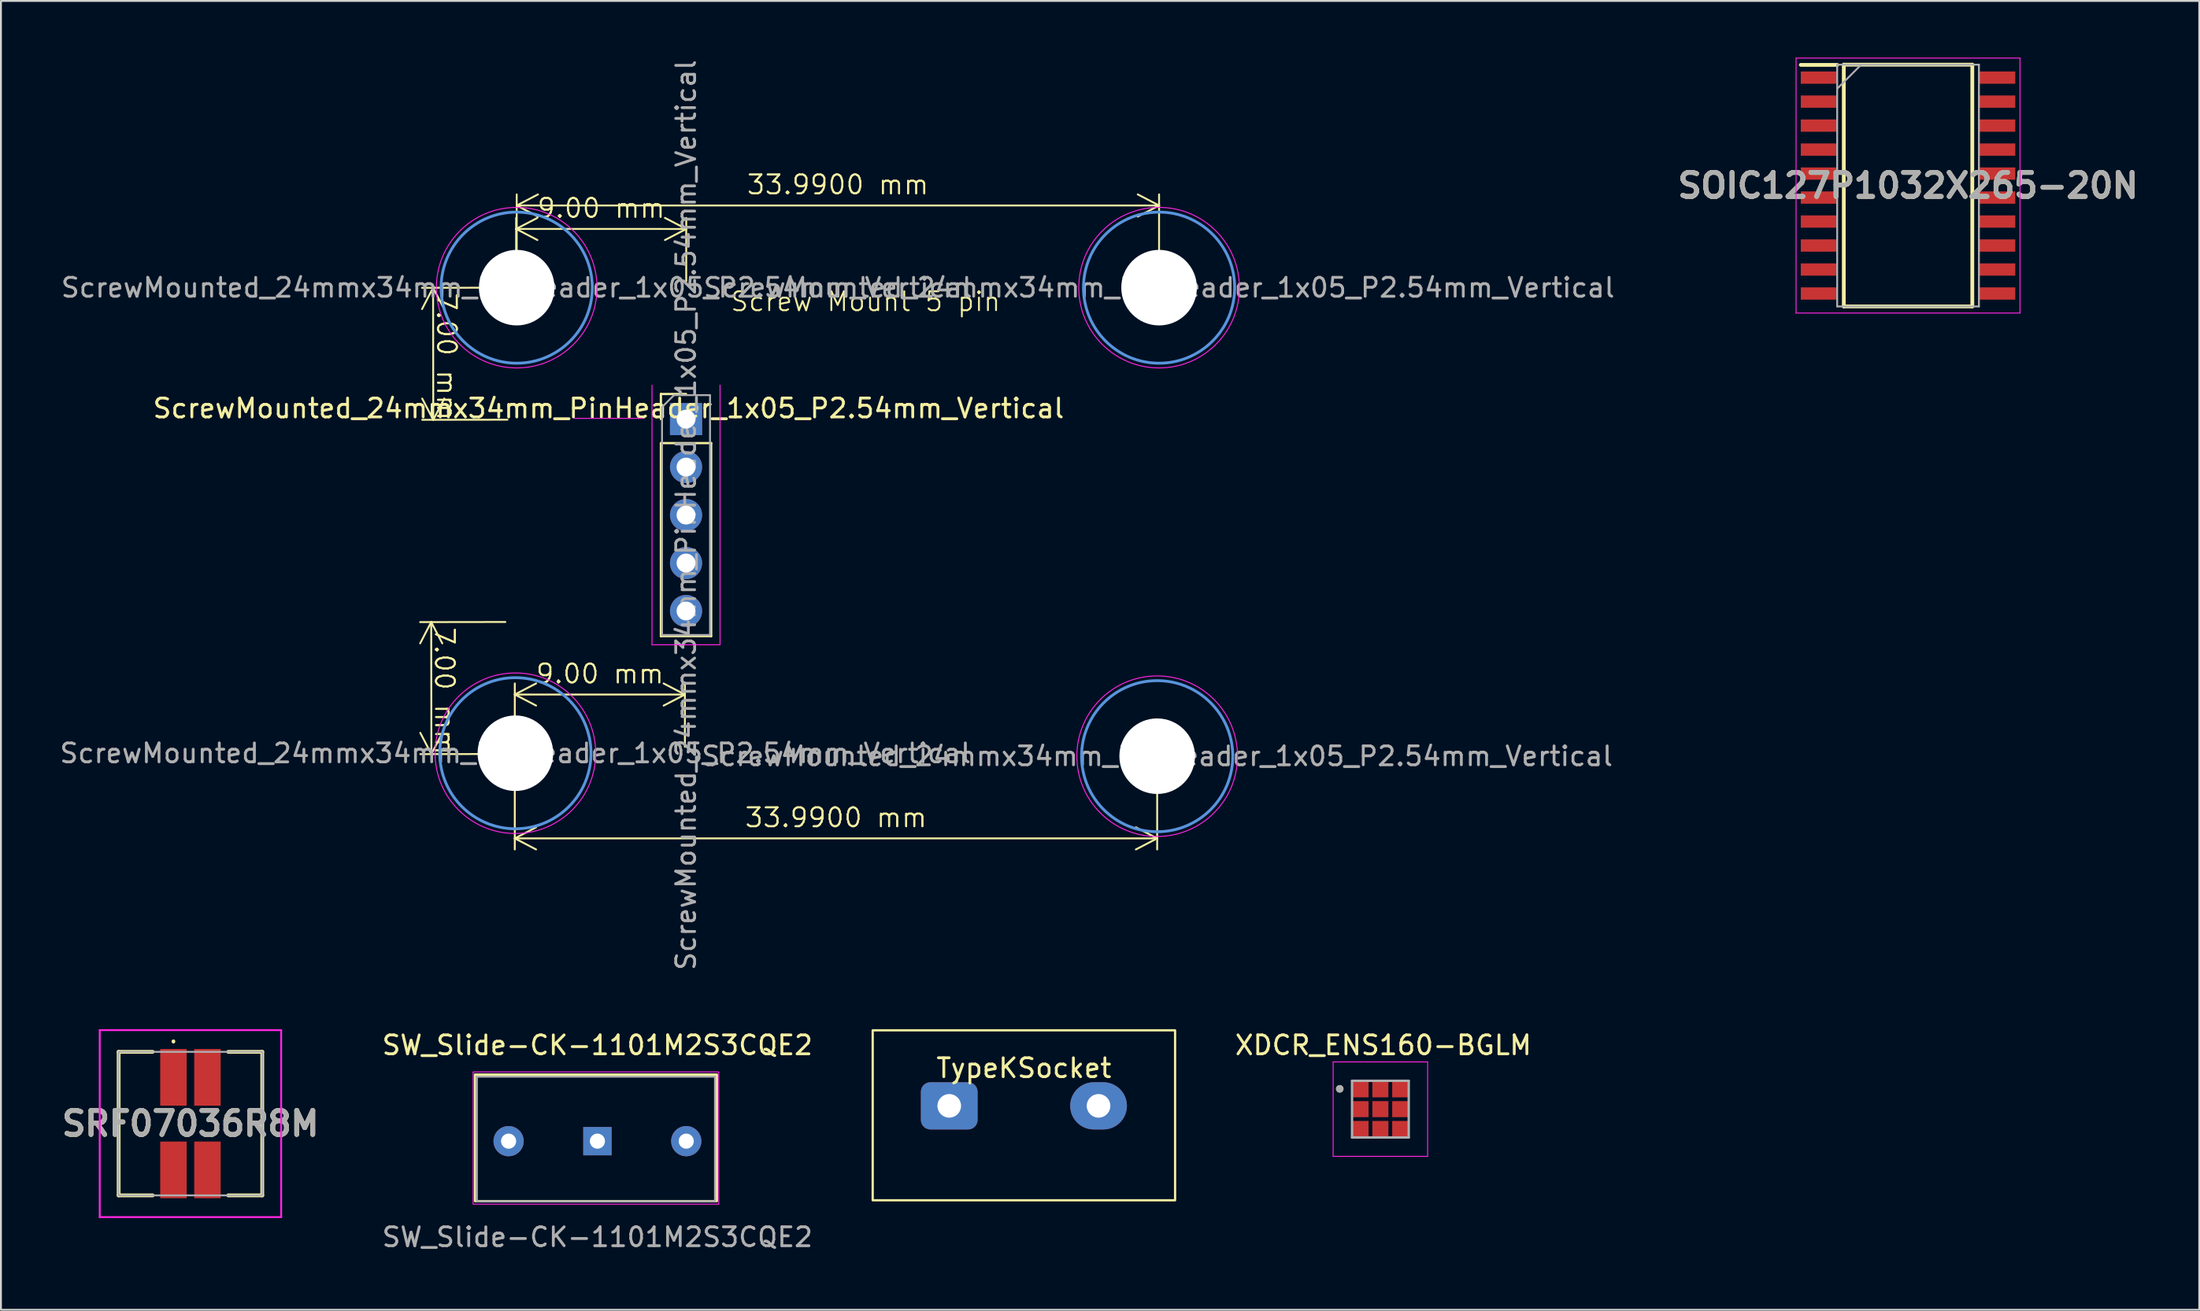
<source format=kicad_pcb>
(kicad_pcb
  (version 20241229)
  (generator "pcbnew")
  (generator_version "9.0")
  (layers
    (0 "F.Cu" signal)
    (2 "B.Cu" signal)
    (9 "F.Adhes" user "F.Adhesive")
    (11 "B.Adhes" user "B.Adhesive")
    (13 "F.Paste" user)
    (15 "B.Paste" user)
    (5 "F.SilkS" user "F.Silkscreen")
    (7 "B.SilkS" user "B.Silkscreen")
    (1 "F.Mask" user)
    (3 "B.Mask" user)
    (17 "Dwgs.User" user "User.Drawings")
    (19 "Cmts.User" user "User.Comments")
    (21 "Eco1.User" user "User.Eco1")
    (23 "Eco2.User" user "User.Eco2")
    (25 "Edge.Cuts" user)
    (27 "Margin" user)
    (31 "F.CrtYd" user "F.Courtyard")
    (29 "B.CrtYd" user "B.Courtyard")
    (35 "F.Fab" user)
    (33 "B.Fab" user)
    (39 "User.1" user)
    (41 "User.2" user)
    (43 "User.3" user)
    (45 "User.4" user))
  (footprint "SW_Slide-CK-1101M2S3CQE2"
    (layer "F.Cu")
    (at 28.561 57.369)
    (property "Reference" "SW_Slide-CK-1101M2S3CQE2" (at 0 -5.08 0) (layer "F.SilkS") (effects (font (size 1 1) (thickness 0.15))))
    (attr through_hole)
    (fp_rect (start -6.478 -3.526) (end 6.322 3.174) (stroke (width 0.12) (type default)) (fill no) (layer "F.SilkS"))
    (fp_rect (start -6.578 -3.666) (end 6.422 3.334) (stroke (width 0.05) (type default)) (fill no) (layer "F.CrtYd"))
    (fp_rect (start -6.378 -3.416) (end 6.222 3.184) (stroke (width 0.1) (type default)) (fill no) (layer "F.Fab"))
    (fp_text user "${REFERENCE}" (at 0 5.08 0) (layer "F.Fab") (effects (font (size 1 1) (thickness 0.15))))
    (pad "1" thru_hole rect (at 0 0) (size 1.5 1.5) (drill 0.8) (layers "*.Cu" "*.Mask"))
    (pad "2" thru_hole circle (at -4.7 0) (size 1.6 1.6) (drill 0.8) (layers "*.Cu" "*.Mask"))
    (pad "3" thru_hole circle (at 4.7 0) (size 1.6 1.6) (drill 0.8) (layers "*.Cu" "*.Mask")))
  (footprint "ScrewMounted_24mmx34mm_PinHeader_1x05_P2.54mm_Vertical"
    (layer "F.Cu")
    (at 33.25 19.14)
    (property "Reference" "ScrewMounted_24mmx34mm_PinHeader_1x05_P2.54mm_Vertical" (at -4.1 -0.57 0) (layer "F.SilkS") (effects (font (size 1 1) (thickness 0.15))))
    (attr through_hole)
    (fp_line (start -1.33 -1.33) (end 0 -1.33) (stroke (width 0.12) (type solid)) (layer "F.SilkS"))
    (fp_line (start -1.33 0) (end -1.33 -1.33) (stroke (width 0.12) (type solid)) (layer "F.SilkS"))
    (fp_line (start -1.33 1.27) (end -1.33 11.49) (stroke (width 0.12) (type solid)) (layer "F.SilkS"))
    (fp_line (start -1.33 1.27) (end 1.33 1.27) (stroke (width 0.12) (type solid)) (layer "F.SilkS"))
    (fp_line (start -1.33 11.49) (end 1.33 11.49) (stroke (width 0.12) (type solid)) (layer "F.SilkS"))
    (fp_line (start 1.33 1.27) (end 1.33 11.49) (stroke (width 0.12) (type solid)) (layer "F.SilkS"))
    (fp_circle (center -9.03 17.69) (end -5.03 17.69) (stroke (width 0.15) (type solid)) (fill no) (layer "Cmts.User"))
    (fp_circle (center -8.96 -6.96) (end -4.96 -6.96) (stroke (width 0.15) (type solid)) (fill no) (layer "Cmts.User"))
    (fp_circle (center 24.929 17.847) (end 28.929 17.847) (stroke (width 0.15) (type solid)) (fill no) (layer "Cmts.User"))
    (fp_circle (center 25.03 -6.96) (end 29.03 -6.96) (stroke (width 0.15) (type solid)) (fill no) (layer "Cmts.User"))
    (fp_line (start -2.3 -0.04) (end -5.9 -0.04) (stroke (width 0.05) (type solid)) (layer "F.CrtYd"))
    (fp_line (start -1.8 -1.8) (end -1.8 11.95) (stroke (width 0.05) (type solid)) (layer "F.CrtYd"))
    (fp_line (start -1.8 11.95) (end 1.8 11.95) (stroke (width 0.05) (type solid)) (layer "F.CrtYd"))
    (fp_line (start 1.8 11.95) (end 1.8 -1.8) (stroke (width 0.05) (type solid)) (layer "F.CrtYd"))
    (fp_circle (center -9.03 17.69) (end -4.78 17.69) (stroke (width 0.05) (type solid)) (fill no) (layer "F.CrtYd"))
    (fp_circle (center -8.96 -6.96) (end -4.71 -6.96) (stroke (width 0.05) (type solid)) (fill no) (layer "F.CrtYd"))
    (fp_circle (center 24.929 17.847) (end 29.179 17.847) (stroke (width 0.05) (type solid)) (fill no) (layer "F.CrtYd"))
    (fp_circle (center 25.03 -6.96) (end 29.28 -6.96) (stroke (width 0.05) (type solid)) (fill no) (layer "F.CrtYd"))
    (fp_line (start -1.27 -0.635) (end -0.635 -1.27) (stroke (width 0.1) (type solid)) (layer "F.Fab"))
    (fp_line (start -1.27 11.43) (end -1.27 -0.635) (stroke (width 0.1) (type solid)) (layer "F.Fab"))
    (fp_line (start -0.635 -1.27) (end 1.27 -1.27) (stroke (width 0.1) (type solid)) (layer "F.Fab"))
    (fp_line (start 1.27 -1.27) (end 1.27 11.43) (stroke (width 0.1) (type solid)) (layer "F.Fab"))
    (fp_line (start 1.27 11.43) (end -1.27 11.43) (stroke (width 0.1) (type solid)) (layer "F.Fab"))
    (fp_text user "Screw Mount 5 pin" (at 2.29 -5.64 0) (unlocked yes) (layer "F.SilkS") (effects (font (size 1 1) (thickness 0.1)) (justify left bottom)))
    (fp_text user "${REFERENCE}" (at -8.96 -6.96 0) (layer "F.Fab") (effects (font (size 1 1) (thickness 0.15))))
    (fp_text user "${REFERENCE}" (at 24.929 17.847 0) (layer "F.Fab") (effects (font (size 1 1) (thickness 0.15))))
    (fp_text user "${REFERENCE}" (at 25.03 -6.96 0) (layer "F.Fab") (effects (font (size 1 1) (thickness 0.15))))
    (fp_text user "${REFERENCE}" (at -9.03 17.69 0) (layer "F.Fab") (effects (font (size 1 1) (thickness 0.15))))
    (fp_text user "${REFERENCE}" (at 0 5.08 90) (layer "F.Fab") (effects (font (size 1 1) (thickness 0.15))))
    (dimension (type aligned) (layer "F.SilkS") (pts (xy 24.19 29.88) (xy 24.2 36.87)) (height 4.424) (format (prefix "") (suffix "") (units 3) (units_format 1) (precision 4) (override_value "7.00")) (style (thickness 0.1) (arrow_length 1.27) (text_position_mode 2) (arrow_direction outward) (extension_height 0.586) (extension_offset 0.5) (keep_text_aligned yes)) (gr_text "7.00 mm" (at 20.48 33.53 270.082) (layer "F.SilkS") (effects (font (size 1 1) (thickness 0.1)))))
    (dimension (type aligned) (layer "F.SilkS") (pts (xy 24.259 12.338) (xy 33.26 12.34)) (height -3.267) (format (prefix "") (suffix "") (units 3) (units_format 1) (precision 4) (override_value "9.00")) (style (thickness 0.1) (arrow_length 1.27) (text_position_mode 0) (arrow_direction outward) (extension_height 0.586) (extension_offset 0.5) (keep_text_aligned yes)) (gr_text "9.00 mm" (at 28.761 7.971 359.983) (layer "F.SilkS") (effects (font (size 1 1) (thickness 0.1)))))
    (dimension (type aligned) (layer "F.SilkS") (pts (xy 58.179 36.988) (xy 24.189 36.988)) (height -4.35) (format (prefix "") (suffix "") (units 3) (units_format 1) (precision 4)) (style (thickness 0.1) (arrow_length 1.27) (text_position_mode 0) (arrow_direction outward) (extension_height 0.586) (extension_offset 0.5) (keep_text_aligned yes)) (gr_text "33.9900 mm" (at 41.184 40.238 0) (layer "F.SilkS") (effects (font (size 1 1) (thickness 0.1)))))
    (dimension (type aligned) (layer "F.SilkS") (pts (xy 24.29 12.18) (xy 24.3 19.17)) (height 4.424) (format (prefix "") (suffix "") (units 3) (units_format 1) (precision 4) (override_value "7.00")) (style (thickness 0.1) (arrow_length 1.27) (text_position_mode 2) (arrow_direction outward) (extension_height 0.586) (extension_offset 0.5) (keep_text_aligned yes)) (gr_text "7.00 mm" (at 20.58 15.83 270.082) (layer "F.SilkS") (effects (font (size 1 1) (thickness 0.1)))))
    (dimension (type aligned) (layer "F.SilkS") (pts (xy 24.29 12.18) (xy 58.28 12.18)) (height -4.35) (format (prefix "") (suffix "") (units 3) (units_format 1) (precision 4)) (style (thickness 0.1) (arrow_length 1.27) (text_position_mode 0) (arrow_direction outward) (extension_height 0.586) (extension_offset 0.5) (keep_text_aligned yes)) (gr_text "33.9900 mm" (at 41.285 6.73 0) (layer "F.SilkS") (effects (font (size 1 1) (thickness 0.1)))))
    (dimension (type aligned) (layer "F.SilkS") (pts (xy 24.189 36.988) (xy 33.19 36.99)) (height -3.267) (format (prefix "") (suffix "") (units 3) (units_format 1) (precision 4) (override_value "9.00")) (style (thickness 0.1) (arrow_length 1.27) (text_position_mode 0) (arrow_direction outward) (extension_height 0.586) (extension_offset 0.5) (keep_text_aligned yes)) (gr_text "9.00 mm" (at 28.691 32.621 359.983) (layer "F.SilkS") (effects (font (size 1 1) (thickness 0.1)))))
    (pad "" np_thru_hole circle (at -9.03 17.69) (size 4 4) (drill 4) (layers "*.Cu" "*.Mask"))
    (pad "" np_thru_hole circle (at -8.96 -6.96) (size 4 4) (drill 4) (layers "*.Cu" "*.Mask"))
    (pad "" np_thru_hole circle (at 24.929 17.847) (size 4 4) (drill 4) (layers "*.Cu" "*.Mask"))
    (pad "" np_thru_hole circle (at 25.03 -6.96) (size 4 4) (drill 4) (layers "*.Cu" "*.Mask"))
    (pad "1" thru_hole rect (at 0 0) (size 1.7 1.7) (drill 1) (layers "*.Cu" "*.Mask"))
    (pad "2" thru_hole oval (at 0 2.54) (size 1.7 1.7) (drill 1) (layers "*.Cu" "*.Mask"))
    (pad "3" thru_hole oval (at 0 5.08) (size 1.7 1.7) (drill 1) (layers "*.Cu" "*.Mask"))
    (pad "4" thru_hole oval (at 0 7.62) (size 1.7 1.7) (drill 1) (layers "*.Cu" "*.Mask"))
    (pad "5" thru_hole oval (at 0 10.16) (size 1.7 1.7) (drill 1) (layers "*.Cu" "*.Mask")))
  (footprint "TypeKSocket"
    (layer "F.Cu")
    (at 51.127 55.5)
    (property "Reference" "TypeKSocket" (at 0 -2 0) (unlocked yes) (layer "F.SilkS") (effects (font (size 1 1) (thickness 0.15))))
    (attr through_hole)
    (fp_rect (start -8 5) (end 8 -4) (stroke (width 0.12) (type solid)) (fill no) (layer "F.SilkS"))
    (pad "1" thru_hole roundrect (at -3.95 0) (size 3 2.5) (drill 1.25) (layers "*.Cu" "*.Mask") (roundrect_rratio 0.2))
    (pad "2" thru_hole oval (at 3.95 0) (size 3 2.5) (drill 1.25) (layers "*.Cu" "*.Mask")))
  (footprint "SOIC127P1032X265-20N"
    (layer "F.Cu")
    (at 97.91 6.775)
    (property "Reference" "SOIC127P1032X265-20N" (at 0 0 0) (layer "F.SilkS") (effects (font (size 1.27 1.27) (thickness 0.254))))
    (attr smd)
    (fp_line (start -5.675 -6.39) (end -3.75 -6.39) (stroke (width 0.2) (type solid)) (layer "F.SilkS"))
    (fp_line (start -3.4 -6.4) (end 3.4 -6.4) (stroke (width 0.2) (type solid)) (layer "F.SilkS"))
    (fp_line (start -3.4 6.4) (end -3.4 -6.4) (stroke (width 0.2) (type solid)) (layer "F.SilkS"))
    (fp_line (start 3.4 -6.4) (end 3.4 6.4) (stroke (width 0.2) (type solid)) (layer "F.SilkS"))
    (fp_line (start 3.4 6.4) (end -3.4 6.4) (stroke (width 0.2) (type solid)) (layer "F.SilkS"))
    (fp_line (start -5.925 -6.75) (end 5.925 -6.75) (stroke (width 0.05) (type solid)) (layer "F.CrtYd"))
    (fp_line (start -5.925 6.75) (end -5.925 -6.75) (stroke (width 0.05) (type solid)) (layer "F.CrtYd"))
    (fp_line (start 5.925 -6.75) (end 5.925 6.75) (stroke (width 0.05) (type solid)) (layer "F.CrtYd"))
    (fp_line (start 5.925 6.75) (end -5.925 6.75) (stroke (width 0.05) (type solid)) (layer "F.CrtYd"))
    (fp_line (start -3.75 -6.4) (end 3.75 -6.4) (stroke (width 0.1) (type solid)) (layer "F.Fab"))
    (fp_line (start -3.75 -5.13) (end -2.48 -6.4) (stroke (width 0.1) (type solid)) (layer "F.Fab"))
    (fp_line (start -3.75 6.4) (end -3.75 -6.4) (stroke (width 0.1) (type solid)) (layer "F.Fab"))
    (fp_line (start 3.75 -6.4) (end 3.75 6.4) (stroke (width 0.1) (type solid)) (layer "F.Fab"))
    (fp_line (start 3.75 6.4) (end -3.75 6.4) (stroke (width 0.1) (type solid)) (layer "F.Fab"))
    (fp_text user "${REFERENCE}" (at 0 0 0) (layer "F.Fab") (effects (font (size 1.27 1.27) (thickness 0.254))))
    (pad "1" smd rect (at -4.712 -5.715 90) (size 0.65 1.925) (layers "F.Cu" "F.Mask" "F.Paste"))
    (pad "2" smd rect (at -4.712 -4.445 90) (size 0.65 1.925) (layers "F.Cu" "F.Mask" "F.Paste"))
    (pad "3" smd rect (at -4.712 -3.175 90) (size 0.65 1.925) (layers "F.Cu" "F.Mask" "F.Paste"))
    (pad "4" smd rect (at -4.712 -1.905 90) (size 0.65 1.925) (layers "F.Cu" "F.Mask" "F.Paste"))
    (pad "5" smd rect (at -4.712 -0.635 90) (size 0.65 1.925) (layers "F.Cu" "F.Mask" "F.Paste"))
    (pad "6" smd rect (at -4.712 0.635 90) (size 0.65 1.925) (layers "F.Cu" "F.Mask" "F.Paste"))
    (pad "7" smd rect (at -4.712 1.905 90) (size 0.65 1.925) (layers "F.Cu" "F.Mask" "F.Paste"))
    (pad "8" smd rect (at -4.712 3.175 90) (size 0.65 1.925) (layers "F.Cu" "F.Mask" "F.Paste"))
    (pad "9" smd rect (at -4.712 4.445 90) (size 0.65 1.925) (layers "F.Cu" "F.Mask" "F.Paste"))
    (pad "10" smd rect (at -4.712 5.715 90) (size 0.65 1.925) (layers "F.Cu" "F.Mask" "F.Paste"))
    (pad "11" smd rect (at 4.712 5.715 90) (size 0.65 1.925) (layers "F.Cu" "F.Mask" "F.Paste"))
    (pad "12" smd rect (at 4.712 4.445 90) (size 0.65 1.925) (layers "F.Cu" "F.Mask" "F.Paste"))
    (pad "13" smd rect (at 4.712 3.175 90) (size 0.65 1.925) (layers "F.Cu" "F.Mask" "F.Paste"))
    (pad "14" smd rect (at 4.712 1.905 90) (size 0.65 1.925) (layers "F.Cu" "F.Mask" "F.Paste"))
    (pad "15" smd rect (at 4.712 0.635 90) (size 0.65 1.925) (layers "F.Cu" "F.Mask" "F.Paste"))
    (pad "16" smd rect (at 4.712 -0.635 90) (size 0.65 1.925) (layers "F.Cu" "F.Mask" "F.Paste"))
    (pad "17" smd rect (at 4.712 -1.905 90) (size 0.65 1.925) (layers "F.Cu" "F.Mask" "F.Paste"))
    (pad "18" smd rect (at 4.712 -3.175 90) (size 0.65 1.925) (layers "F.Cu" "F.Mask" "F.Paste"))
    (pad "19" smd rect (at 4.712 -4.445 90) (size 0.65 1.925) (layers "F.Cu" "F.Mask" "F.Paste"))
    (pad "20" smd rect (at 4.712 -5.715 90) (size 0.65 1.925) (layers "F.Cu" "F.Mask" "F.Paste")))
  (footprint "SRF07036R8M"
    (layer "F.Cu")
    (at 7.027 56.44)
    (property "Reference" "SRF07036R8M" (at 0 0 0) (layer "F.SilkS") (effects (font (size 1.27 1.27) (thickness 0.254))))
    (attr smd)
    (fp_line (start -3.8 -3.8) (end -3.8 3.8) (stroke (width 0.2) (type solid)) (layer "F.SilkS"))
    (fp_line (start -3.8 3.8) (end -2 3.8) (stroke (width 0.2) (type solid)) (layer "F.SilkS"))
    (fp_line (start -2 -3.8) (end -3.8 -3.8) (stroke (width 0.2) (type solid)) (layer "F.SilkS"))
    (fp_line (start -0.9 -4.4) (end -0.9 -4.4) (stroke (width 0.1) (type solid)) (layer "F.SilkS"))
    (fp_line (start -0.9 -4.3) (end -0.9 -4.3) (stroke (width 0.1) (type solid)) (layer "F.SilkS"))
    (fp_line (start 2 -3.8) (end 3.8 -3.8) (stroke (width 0.2) (type solid)) (layer "F.SilkS"))
    (fp_line (start 3.8 -3.8) (end 3.8 3.8) (stroke (width 0.2) (type solid)) (layer "F.SilkS"))
    (fp_line (start 3.8 3.8) (end 2 3.8) (stroke (width 0.2) (type solid)) (layer "F.SilkS"))
    (fp_arc (start -0.9 -4.4) (mid -0.85 -4.35) (end -0.9 -4.3) (stroke (width 0.1) (type solid)) (layer "F.SilkS"))
    (fp_arc (start -0.9 -4.3) (mid -0.95 -4.35) (end -0.9 -4.4) (stroke (width 0.1) (type solid)) (layer "F.SilkS"))
    (fp_line (start -4.8 -4.95) (end 4.8 -4.95) (stroke (width 0.1) (type solid)) (layer "F.CrtYd"))
    (fp_line (start -4.8 4.95) (end -4.8 -4.95) (stroke (width 0.1) (type solid)) (layer "F.CrtYd"))
    (fp_line (start 4.8 -4.95) (end 4.8 4.95) (stroke (width 0.1) (type solid)) (layer "F.CrtYd"))
    (fp_line (start 4.8 4.95) (end -4.8 4.95) (stroke (width 0.1) (type solid)) (layer "F.CrtYd"))
    (fp_line (start -3.8 -3.8) (end 3.8 -3.8) (stroke (width 0.1) (type solid)) (layer "F.Fab"))
    (fp_line (start -3.8 3.8) (end -3.8 -3.8) (stroke (width 0.1) (type solid)) (layer "F.Fab"))
    (fp_line (start 3.8 -3.8) (end 3.8 3.8) (stroke (width 0.1) (type solid)) (layer "F.Fab"))
    (fp_line (start 3.8 3.8) (end -3.8 3.8) (stroke (width 0.1) (type solid)) (layer "F.Fab"))
    (fp_text user "${REFERENCE}" (at 0 0 0) (layer "F.Fab") (effects (font (size 1.27 1.27) (thickness 0.254))))
    (pad "1" smd rect (at -0.9 -2.45) (size 1.4 3) (layers "F.Cu" "F.Mask" "F.Paste"))
    (pad "2" smd rect (at 0.9 -2.45) (size 1.4 3) (layers "F.Cu" "F.Mask" "F.Paste"))
    (pad "3" smd rect (at 0.9 2.45) (size 1.4 3) (layers "F.Cu" "F.Mask" "F.Paste"))
    (pad "4" smd rect (at -0.9 2.45) (size 1.4 3) (layers "F.Cu" "F.Mask" "F.Paste")))
  (footprint "XDCR_ENS160-BGLM"
    (layer "F.Cu")
    (at 69.99 55.674)
    (property "Reference" "XDCR_ENS160-BGLM" (at 0.155 -3.385 0) (layer "F.SilkS") (effects (font (size 1 1) (thickness 0.15))))
    (attr smd)
    (fp_poly (pts (xy -1.525 -1.525) (xy -0.575 -1.525) (xy -0.575 -0.575) (xy -1.525 -0.575)) (stroke (width 0.01) (type solid)) (fill yes) (layer "F.Mask"))
    (fp_poly (pts (xy -1.525 -0.475) (xy -0.575 -0.475) (xy -0.575 0.475) (xy -1.525 0.475)) (stroke (width 0.01) (type solid)) (fill yes) (layer "F.Mask"))
    (fp_poly (pts (xy -1.525 0.575) (xy -0.575 0.575) (xy -0.575 1.525) (xy -1.525 1.525)) (stroke (width 0.01) (type solid)) (fill yes) (layer "F.Mask"))
    (fp_poly (pts (xy -0.475 -1.525) (xy 0.475 -1.525) (xy 0.475 -0.575) (xy -0.475 -0.575)) (stroke (width 0.01) (type solid)) (fill yes) (layer "F.Mask"))
    (fp_poly (pts (xy -0.475 -0.475) (xy 0.475 -0.475) (xy 0.475 0.475) (xy -0.475 0.475)) (stroke (width 0.01) (type solid)) (fill yes) (layer "F.Mask"))
    (fp_poly (pts (xy -0.475 0.575) (xy 0.475 0.575) (xy 0.475 1.525) (xy -0.475 1.525)) (stroke (width 0.01) (type solid)) (fill yes) (layer "F.Mask"))
    (fp_poly (pts (xy 0.575 -1.525) (xy 1.525 -1.525) (xy 1.525 -0.575) (xy 0.575 -0.575)) (stroke (width 0.01) (type solid)) (fill yes) (layer "F.Mask"))
    (fp_poly (pts (xy 0.575 -0.475) (xy 1.525 -0.475) (xy 1.525 0.475) (xy 0.575 0.475)) (stroke (width 0.01) (type solid)) (fill yes) (layer "F.Mask"))
    (fp_poly (pts (xy 0.575 0.575) (xy 1.525 0.575) (xy 1.525 1.525) (xy 0.575 1.525)) (stroke (width 0.01) (type solid)) (fill yes) (layer "F.Mask"))
    (fp_circle (center -2.15 -1.075) (end -2.05 -1.075) (stroke (width 0.2) (type solid)) (fill no) (layer "F.SilkS"))
    (fp_line (start -2.5 -2.5) (end -2.5 2.5) (stroke (width 0.05) (type solid)) (layer "F.CrtYd"))
    (fp_line (start -2.5 2.5) (end 2.5 2.5) (stroke (width 0.05) (type solid)) (layer "F.CrtYd"))
    (fp_line (start 2.5 -2.5) (end -2.5 -2.5) (stroke (width 0.05) (type solid)) (layer "F.CrtYd"))
    (fp_line (start 2.5 2.5) (end 2.5 -2.5) (stroke (width 0.05) (type solid)) (layer "F.CrtYd"))
    (fp_line (start -1.5 -1.5) (end 1.5 -1.5) (stroke (width 0.127) (type solid)) (layer "F.Fab"))
    (fp_line (start -1.5 1.5) (end -1.5 -1.5) (stroke (width 0.127) (type solid)) (layer "F.Fab"))
    (fp_line (start 1.5 -1.5) (end 1.5 1.5) (stroke (width 0.127) (type solid)) (layer "F.Fab"))
    (fp_line (start 1.5 1.5) (end -1.5 1.5) (stroke (width 0.127) (type solid)) (layer "F.Fab"))
    (fp_circle (center -2.15 -1.075) (end -2.05 -1.075) (stroke (width 0.2) (type solid)) (fill no) (layer "F.Fab"))
    (pad "1" smd rect (at -1.05 -1.05) (size 0.85 0.85) (layers "F.Cu" "F.Paste"))
    (pad "2" smd rect (at -1.05 0) (size 0.85 0.85) (layers "F.Cu" "F.Paste"))
    (pad "3" smd rect (at -1.05 1.05) (size 0.85 0.85) (layers "F.Cu" "F.Paste"))
    (pad "4" smd rect (at 0 1.05) (size 0.85 0.85) (layers "F.Cu" "F.Paste"))
    (pad "5" smd rect (at 1.05 1.05) (size 0.85 0.85) (layers "F.Cu" "F.Paste"))
    (pad "6" smd rect (at 1.05 0) (size 0.85 0.85) (layers "F.Cu" "F.Paste"))
    (pad "7" smd rect (at 1.05 -1.05) (size 0.85 0.85) (layers "F.Cu" "F.Paste"))
    (pad "8" smd rect (at 0 -1.05) (size 0.85 0.85) (layers "F.Cu" "F.Paste"))
    (pad "9" smd rect (at 0 0) (size 0.85 0.85) (layers "F.Cu" "F.Paste")))
  (gr_rect
    (start -3 -3)
    (end 113.32 66.297)
    (stroke (width 0.1) (type default))
    (fill no)
    (layer "Edge.Cuts")))
</source>
